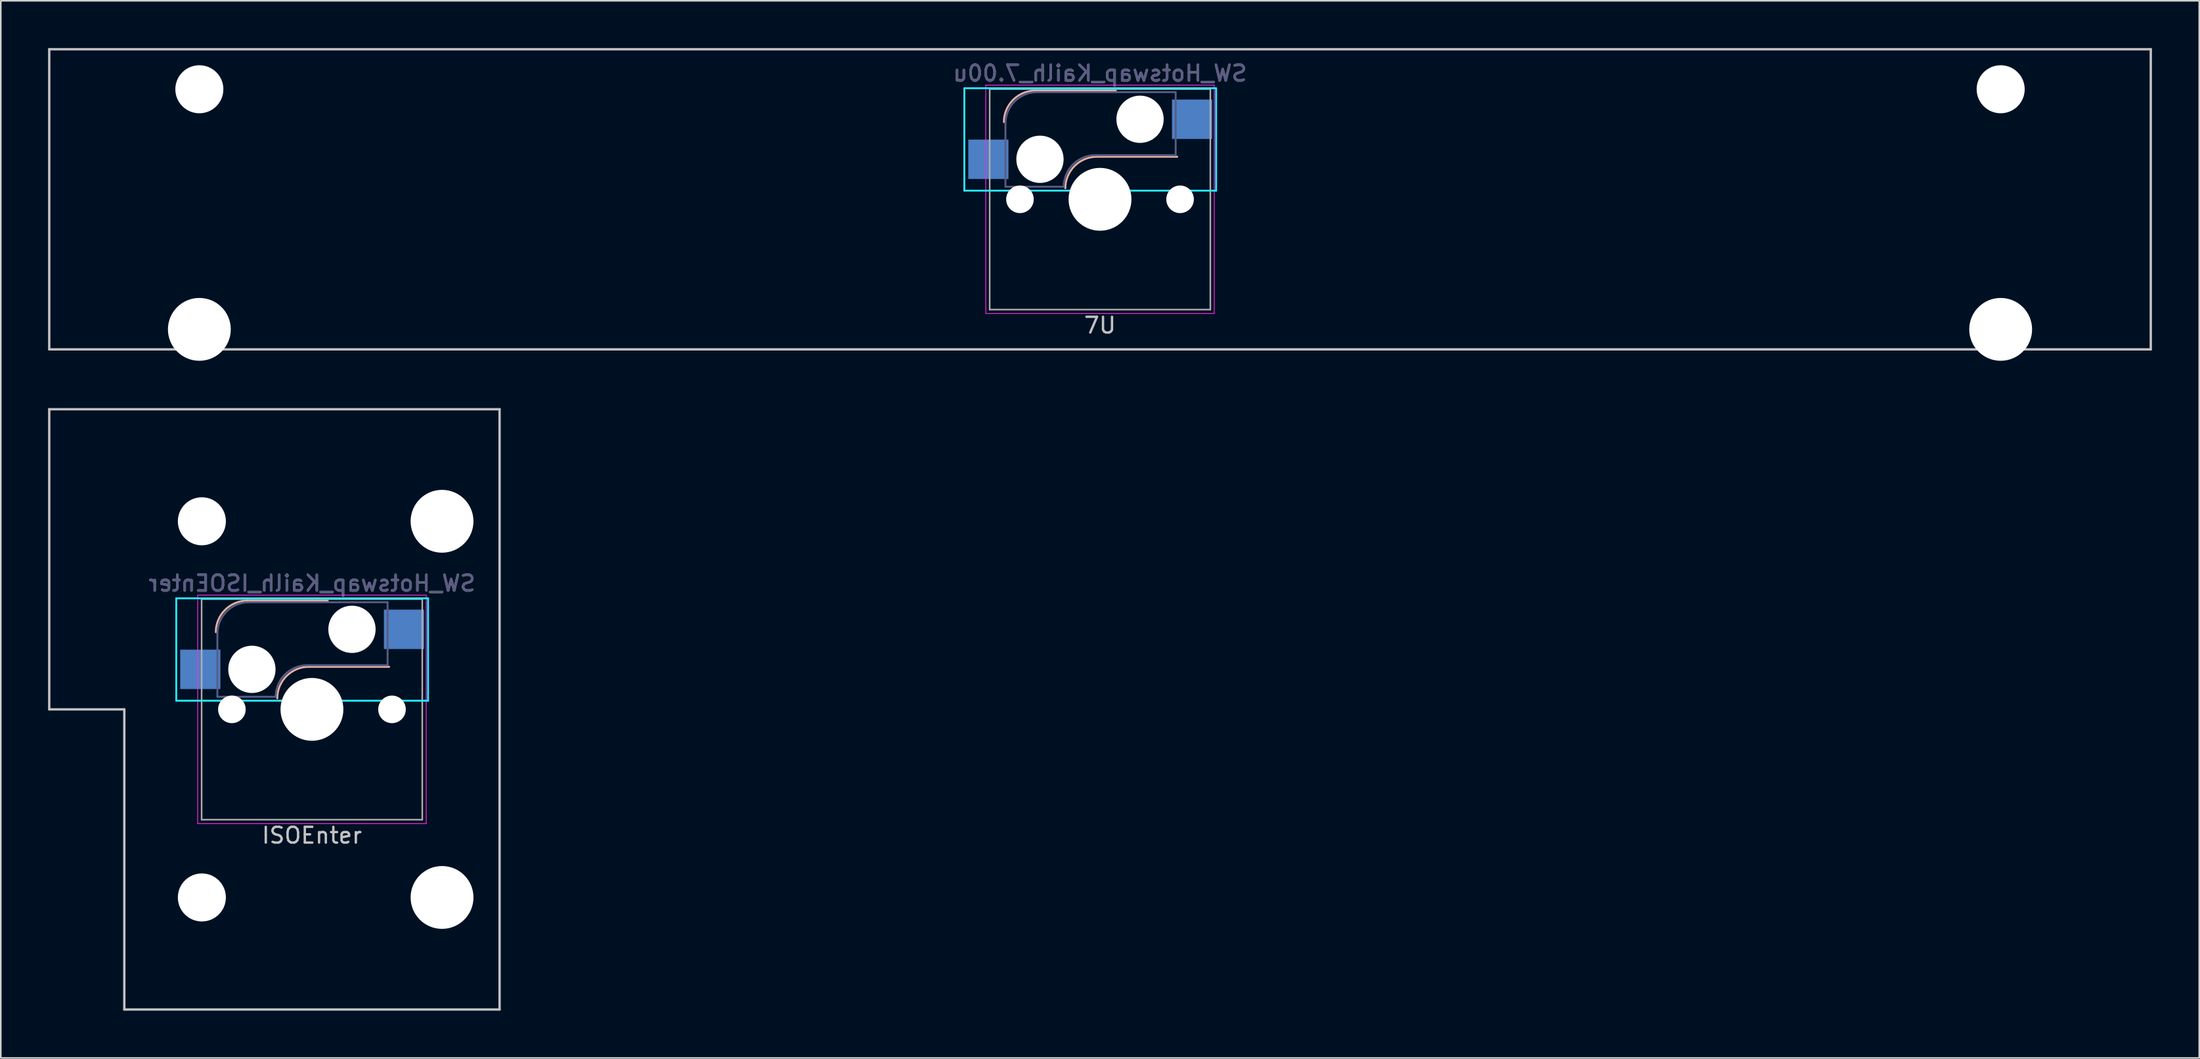
<source format=kicad_pcb>
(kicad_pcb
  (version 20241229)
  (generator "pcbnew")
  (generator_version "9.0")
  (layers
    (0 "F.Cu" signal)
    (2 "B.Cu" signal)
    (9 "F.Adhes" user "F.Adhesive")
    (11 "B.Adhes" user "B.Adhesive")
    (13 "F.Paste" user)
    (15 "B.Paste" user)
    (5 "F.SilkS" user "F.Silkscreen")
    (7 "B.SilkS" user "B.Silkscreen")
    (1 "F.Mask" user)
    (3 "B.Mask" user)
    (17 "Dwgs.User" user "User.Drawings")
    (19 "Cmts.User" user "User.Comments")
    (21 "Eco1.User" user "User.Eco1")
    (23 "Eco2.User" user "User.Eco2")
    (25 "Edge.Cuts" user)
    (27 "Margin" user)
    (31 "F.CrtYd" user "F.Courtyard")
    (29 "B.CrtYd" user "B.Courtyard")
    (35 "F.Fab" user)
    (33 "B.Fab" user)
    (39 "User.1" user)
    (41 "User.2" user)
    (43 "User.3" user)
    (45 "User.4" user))
  (footprint "SW_Hotswap_Kailh_7.00u"
    (layer "F.Cu")
    (at 66.75 9.6)
    (property "Reference" "SW_Hotswap_Kailh_7.00u" (at 0 -8 0) (layer "B.SilkS") (effects (font (size 1 1) (thickness 0.15)) (justify mirror)))
    (attr smd)
    (fp_line (start 1 -6.9) (end -4.1 -6.9) (stroke (width 0.12) (type solid)) (layer "B.SilkS"))
    (fp_line (start 4.9 -2.7) (end -0.2 -2.7) (stroke (width 0.12) (type solid)) (layer "B.SilkS"))
    (fp_arc (start -6.1 -4.9) (mid -5.514214 -6.314214) (end -4.1 -6.9) (stroke (width 0.12) (type solid)) (layer "B.SilkS"))
    (fp_arc (start -2.2 -0.7) (mid -1.614214 -2.114214) (end -0.2 -2.7) (stroke (width 0.12) (type solid)) (layer "B.SilkS"))
    (fp_line (start -66.675 -9.525) (end 66.675 -9.525) (stroke (width 0.15) (type solid)) (layer "Dwgs.User"))
    (fp_line (start -66.675 9.525) (end -66.675 -9.525) (stroke (width 0.15) (type solid)) (layer "Dwgs.User"))
    (fp_line (start 66.675 -9.525) (end 66.675 9.525) (stroke (width 0.15) (type solid)) (layer "Dwgs.User"))
    (fp_line (start 66.675 9.525) (end -66.675 9.525) (stroke (width 0.15) (type solid)) (layer "Dwgs.User"))
    (fp_line (start -8.61 -7.05) (end 7.367 -7.05) (stroke (width 0.12) (type solid)) (layer "B.CrtYd"))
    (fp_line (start -8.61 -0.55) (end -8.61 -7.05) (stroke (width 0.12) (type solid)) (layer "B.CrtYd"))
    (fp_line (start -8.61 -0.55) (end 7.367 -0.55) (stroke (width 0.12) (type solid)) (layer "B.CrtYd"))
    (fp_line (start 7.367 -7.05) (end 7.367 -0.55) (stroke (width 0.12) (type solid)) (layer "B.CrtYd"))
    (fp_line (start -7.25 -7.25) (end 7.25 -7.25) (stroke (width 0.05) (type solid)) (layer "F.CrtYd"))
    (fp_line (start -7.25 7.25) (end -7.25 -7.25) (stroke (width 0.05) (type solid)) (layer "F.CrtYd"))
    (fp_line (start 7.25 -7.25) (end 7.25 7.25) (stroke (width 0.05) (type solid)) (layer "F.CrtYd"))
    (fp_line (start 7.25 7.25) (end -7.25 7.25) (stroke (width 0.05) (type solid)) (layer "F.CrtYd"))
    (fp_line (start -6 -0.8) (end -6 -4.8) (stroke (width 0.12) (type solid)) (layer "B.Fab"))
    (fp_line (start -6 -0.8) (end -2.3 -0.8) (stroke (width 0.12) (type solid)) (layer "B.Fab"))
    (fp_line (start -4 -6.8) (end 4.8 -6.8) (stroke (width 0.12) (type solid)) (layer "B.Fab"))
    (fp_line (start -0.3 -2.8) (end 4.8 -2.8) (stroke (width 0.12) (type solid)) (layer "B.Fab"))
    (fp_line (start 4.8 -6.8) (end 4.8 -2.8) (stroke (width 0.12) (type solid)) (layer "B.Fab"))
    (fp_arc (start -6 -4.8) (mid -5.414214 -6.214214) (end -4 -6.8) (stroke (width 0.12) (type solid)) (layer "B.Fab"))
    (fp_arc (start -2.3 -0.8) (mid -1.714214 -2.214214) (end -0.3 -2.8) (stroke (width 0.12) (type solid)) (layer "B.Fab"))
    (fp_line (start -7 -7) (end 7 -7) (stroke (width 0.1) (type solid)) (layer "F.Fab"))
    (fp_line (start -7 7) (end -7 -7) (stroke (width 0.1) (type solid)) (layer "F.Fab"))
    (fp_line (start 7 -7) (end 7 7) (stroke (width 0.1) (type solid)) (layer "F.Fab"))
    (fp_line (start 7 7) (end -7 7) (stroke (width 0.1) (type solid)) (layer "F.Fab"))
    (fp_text user "7U" (at 0 8 0) (layer "Dwgs.User") (effects (font (size 1 1) (thickness 0.15))))
    (fp_text user "${REFERENCE}" (at 0 -8 0) (layer "B.Fab") (effects (font (size 1 1) (thickness 0.15)) (justify mirror)))
    (pad "" np_thru_hole circle (at -57.15 -6.985) (size 3.048 3.048) (drill 3.048) (layers "*.Cu" "*.Mask"))
    (pad "" np_thru_hole circle (at -57.15 8.255) (size 3.988 3.988) (drill 3.988) (layers "*.Cu" "*.Mask"))
    (pad "" np_thru_hole circle (at -5.08 0 48.1) (size 1.75 1.75) (drill 1.75) (layers "*.Cu" "*.Mask"))
    (pad "" np_thru_hole circle (at -3.81 -2.54) (size 3 3) (drill 3) (layers "*.Cu" "*.Mask"))
    (pad "" np_thru_hole circle (at 0 0) (size 3.988 3.988) (drill 3.988) (layers "*.Cu" "*.Mask"))
    (pad "" np_thru_hole circle (at 2.54 -5.08) (size 3 3) (drill 3) (layers "*.Cu" "*.Mask"))
    (pad "" np_thru_hole circle (at 5.08 0 48.1) (size 1.75 1.75) (drill 1.75) (layers "*.Cu" "*.Mask"))
    (pad "" np_thru_hole circle (at 57.15 -6.985) (size 3.048 3.048) (drill 3.048) (layers "*.Cu" "*.Mask"))
    (pad "" np_thru_hole circle (at 57.15 8.255) (size 3.988 3.988) (drill 3.988) (layers "*.Cu" "*.Mask"))
    (pad "1" smd rect (at -7.085 -2.54) (size 2.55 2.5) (layers "B.Cu" "B.Mask" "B.Paste"))
    (pad "2" smd rect (at 5.842 -5.08) (size 2.55 2.5) (layers "B.Cu" "B.Mask" "B.Paste")))
  (footprint "SW_Hotswap_Kailh_ISOEnter"
    (layer "F.Cu")
    (at 16.744 41.974)
    (property "Reference" "SW_Hotswap_Kailh_ISOEnter" (at 0 -8 0) (layer "B.SilkS") (effects (font (size 1 1) (thickness 0.15)) (justify mirror)))
    (attr smd)
    (fp_line (start 1 -6.9) (end -4.1 -6.9) (stroke (width 0.12) (type solid)) (layer "B.SilkS"))
    (fp_line (start 4.9 -2.7) (end -0.2 -2.7) (stroke (width 0.12) (type solid)) (layer "B.SilkS"))
    (fp_arc (start -6.1 -4.9) (mid -5.514214 -6.314214) (end -4.1 -6.9) (stroke (width 0.12) (type solid)) (layer "B.SilkS"))
    (fp_arc (start -2.2 -0.7) (mid -1.614214 -2.114214) (end -0.2 -2.7) (stroke (width 0.12) (type solid)) (layer "B.SilkS"))
    (fp_line (start -16.669 -19.05) (end -16.669 0) (stroke (width 0.15) (type solid)) (layer "Dwgs.User"))
    (fp_line (start -16.669 -19.05) (end 11.906 -19.05) (stroke (width 0.15) (type solid)) (layer "Dwgs.User"))
    (fp_line (start -11.906 0) (end -16.669 0) (stroke (width 0.15) (type solid)) (layer "Dwgs.User"))
    (fp_line (start -11.906 19.05) (end -11.906 0) (stroke (width 0.15) (type solid)) (layer "Dwgs.User"))
    (fp_line (start -11.906 19.05) (end 11.906 19.05) (stroke (width 0.15) (type solid)) (layer "Dwgs.User"))
    (fp_line (start 11.906 -19.05) (end 11.906 19.05) (stroke (width 0.15) (type solid)) (layer "Dwgs.User"))
    (fp_line (start -8.61 -7.05) (end 7.367 -7.05) (stroke (width 0.12) (type solid)) (layer "B.CrtYd"))
    (fp_line (start -8.61 -0.55) (end -8.61 -7.05) (stroke (width 0.12) (type solid)) (layer "B.CrtYd"))
    (fp_line (start -8.61 -0.55) (end 7.367 -0.55) (stroke (width 0.12) (type solid)) (layer "B.CrtYd"))
    (fp_line (start 7.367 -7.05) (end 7.367 -0.55) (stroke (width 0.12) (type solid)) (layer "B.CrtYd"))
    (fp_line (start -7.25 -7.25) (end 7.25 -7.25) (stroke (width 0.05) (type solid)) (layer "F.CrtYd"))
    (fp_line (start -7.25 7.25) (end -7.25 -7.25) (stroke (width 0.05) (type solid)) (layer "F.CrtYd"))
    (fp_line (start 7.25 -7.25) (end 7.25 7.25) (stroke (width 0.05) (type solid)) (layer "F.CrtYd"))
    (fp_line (start 7.25 7.25) (end -7.25 7.25) (stroke (width 0.05) (type solid)) (layer "F.CrtYd"))
    (fp_line (start -6 -0.8) (end -6 -4.8) (stroke (width 0.12) (type solid)) (layer "B.Fab"))
    (fp_line (start -6 -0.8) (end -2.3 -0.8) (stroke (width 0.12) (type solid)) (layer "B.Fab"))
    (fp_line (start -4 -6.8) (end 4.8 -6.8) (stroke (width 0.12) (type solid)) (layer "B.Fab"))
    (fp_line (start -0.3 -2.8) (end 4.8 -2.8) (stroke (width 0.12) (type solid)) (layer "B.Fab"))
    (fp_line (start 4.8 -6.8) (end 4.8 -2.8) (stroke (width 0.12) (type solid)) (layer "B.Fab"))
    (fp_arc (start -6 -4.8) (mid -5.414214 -6.214214) (end -4 -6.8) (stroke (width 0.12) (type solid)) (layer "B.Fab"))
    (fp_arc (start -2.3 -0.8) (mid -1.714214 -2.214214) (end -0.3 -2.8) (stroke (width 0.12) (type solid)) (layer "B.Fab"))
    (fp_line (start -7 -7) (end 7 -7) (stroke (width 0.1) (type solid)) (layer "F.Fab"))
    (fp_line (start -7 7) (end -7 -7) (stroke (width 0.1) (type solid)) (layer "F.Fab"))
    (fp_line (start 7 -7) (end 7 7) (stroke (width 0.1) (type solid)) (layer "F.Fab"))
    (fp_line (start 7 7) (end -7 7) (stroke (width 0.1) (type solid)) (layer "F.Fab"))
    (fp_text user "ISOEnter" (at 0 8 0) (layer "Dwgs.User") (effects (font (size 1 1) (thickness 0.15))))
    (fp_text user "${REFERENCE}" (at 0 -8 0) (layer "B.Fab") (effects (font (size 1 1) (thickness 0.15)) (justify mirror)))
    (pad "" np_thru_hole circle (at -6.985 -11.938) (size 3.048 3.048) (drill 3.048) (layers "*.Cu" "*.Mask"))
    (pad "" np_thru_hole circle (at -6.985 11.938) (size 3.048 3.048) (drill 3.048) (layers "*.Cu" "*.Mask"))
    (pad "" np_thru_hole circle (at -5.08 0 48.1) (size 1.75 1.75) (drill 1.75) (layers "*.Cu" "*.Mask"))
    (pad "" np_thru_hole circle (at -3.81 -2.54) (size 3 3) (drill 3) (layers "*.Cu" "*.Mask"))
    (pad "" np_thru_hole circle (at 0 0) (size 3.988 3.988) (drill 3.988) (layers "*.Cu" "*.Mask"))
    (pad "" np_thru_hole circle (at 2.54 -5.08) (size 3 3) (drill 3) (layers "*.Cu" "*.Mask"))
    (pad "" np_thru_hole circle (at 5.08 0 48.1) (size 1.75 1.75) (drill 1.75) (layers "*.Cu" "*.Mask"))
    (pad "" np_thru_hole circle (at 8.255 -11.938) (size 3.988 3.988) (drill 3.988) (layers "*.Cu" "*.Mask"))
    (pad "" np_thru_hole circle (at 8.255 11.938) (size 3.988 3.988) (drill 3.988) (layers "*.Cu" "*.Mask"))
    (pad "1" smd rect (at -7.085 -2.54) (size 2.55 2.5) (layers "B.Cu" "B.Mask" "B.Paste"))
    (pad "2" smd rect (at 5.842 -5.08) (size 2.55 2.5) (layers "B.Cu" "B.Mask" "B.Paste")))
  (gr_rect
    (start -3 -3)
    (end 136.5 64.099)
    (stroke (width 0.1) (type default))
    (fill no)
    (layer "Edge.Cuts")))
</source>
